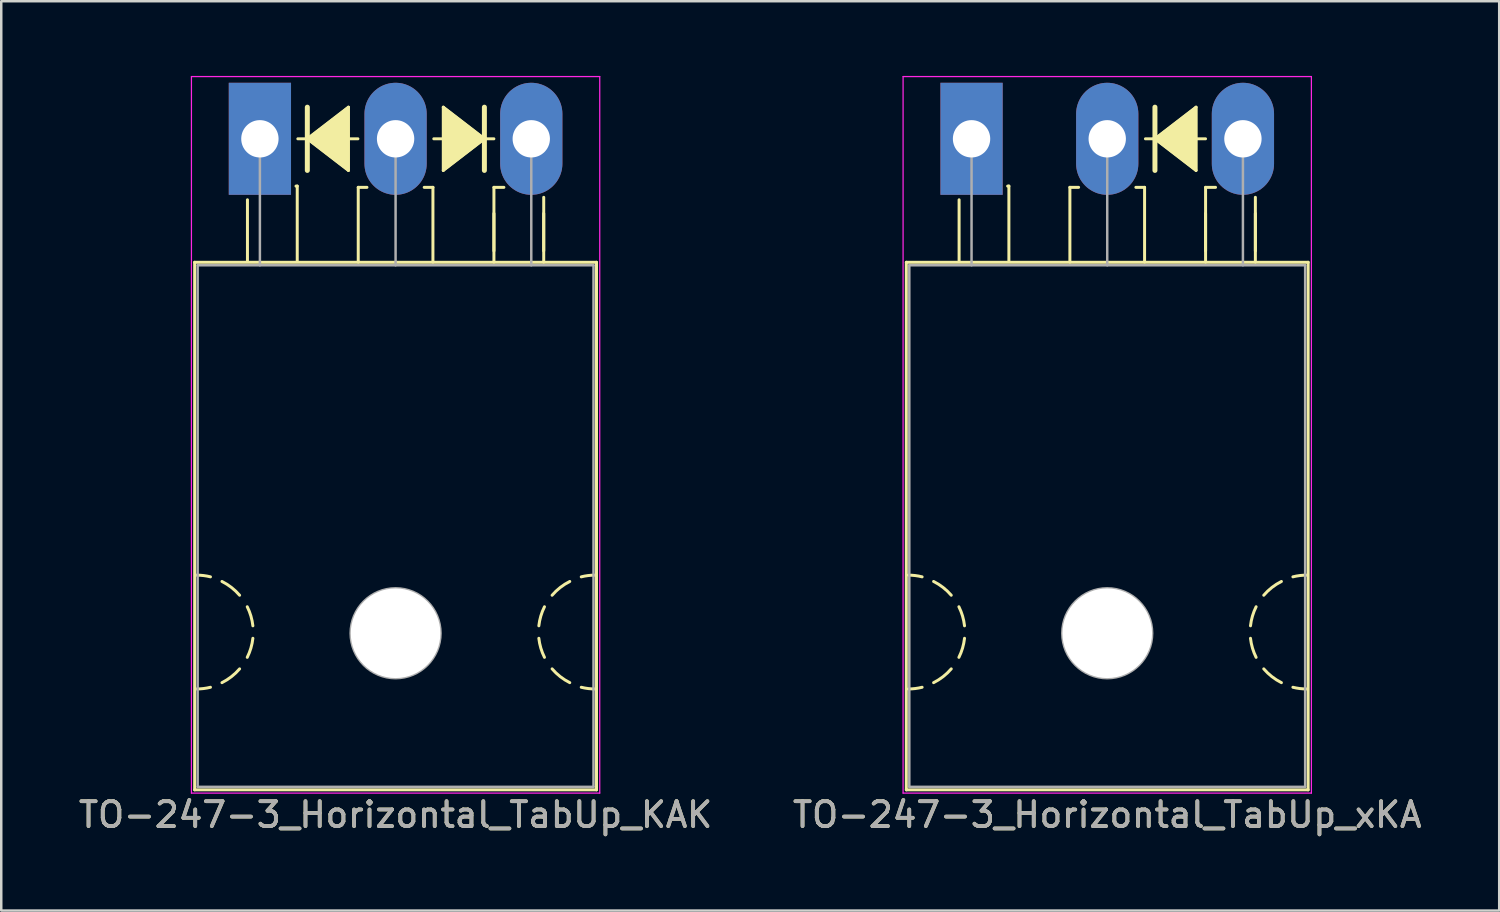
<source format=kicad_pcb>
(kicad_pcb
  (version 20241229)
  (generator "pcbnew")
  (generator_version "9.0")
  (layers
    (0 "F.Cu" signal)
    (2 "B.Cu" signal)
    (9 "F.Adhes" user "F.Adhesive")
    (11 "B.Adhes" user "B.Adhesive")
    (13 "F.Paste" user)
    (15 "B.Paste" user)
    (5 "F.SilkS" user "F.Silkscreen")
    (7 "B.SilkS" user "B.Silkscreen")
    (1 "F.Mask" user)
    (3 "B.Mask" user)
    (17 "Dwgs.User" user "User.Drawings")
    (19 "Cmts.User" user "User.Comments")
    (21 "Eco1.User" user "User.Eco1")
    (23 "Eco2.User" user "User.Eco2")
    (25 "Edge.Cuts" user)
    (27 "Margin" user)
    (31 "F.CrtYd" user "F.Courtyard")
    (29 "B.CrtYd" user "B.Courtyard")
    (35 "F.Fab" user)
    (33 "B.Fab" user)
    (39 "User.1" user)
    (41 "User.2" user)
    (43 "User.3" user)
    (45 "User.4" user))
  (footprint "TO-247-3_Horizontal_TabUp_xKA"
    (layer "F.Cu")
    (at 35.973 2.525)
    (property "Reference" "TO-247-3_Horizontal_TabUp_xKA" (at 5.45 27.15 0) (layer "F.SilkS") (effects (font (size 1 1) (thickness 0.15))))
    (fp_line (start -2.62 4.96) (end -2.62 26.15) (stroke (width 0.12) (type solid)) (layer "F.SilkS"))
    (fp_line (start -2.62 4.96) (end 13.52 4.96) (stroke (width 0.12) (type solid)) (layer "F.SilkS"))
    (fp_line (start -2.62 26.15) (end 13.52 26.15) (stroke (width 0.12) (type solid)) (layer "F.SilkS"))
    (fp_line (start -0.5 4.9) (end -0.5 2.45) (stroke (width 0.12) (type solid)) (layer "F.SilkS"))
    (fp_line (start 1.5 1.9) (end 1.45 1.9) (stroke (width 0.12) (type solid)) (layer "F.SilkS"))
    (fp_line (start 1.5 4.9) (end 1.5 1.9) (stroke (width 0.12) (type solid)) (layer "F.SilkS"))
    (fp_line (start 3.95 1.95) (end 4.3 1.95) (stroke (width 0.12) (type solid)) (layer "F.SilkS"))
    (fp_line (start 3.95 4.95) (end 3.95 1.95) (stroke (width 0.12) (type solid)) (layer "F.SilkS"))
    (fp_line (start 6.95 1.95) (end 6.6 1.95) (stroke (width 0.12) (type solid)) (layer "F.SilkS"))
    (fp_line (start 6.95 4.95) (end 6.95 1.95) (stroke (width 0.12) (type solid)) (layer "F.SilkS"))
    (fp_line (start 6.985 0) (end 7.366 0) (stroke (width 0.12) (type solid)) (layer "F.SilkS"))
    (fp_line (start 7.366 -1.27) (end 7.366 0) (stroke (width 0.2) (type solid)) (layer "F.SilkS"))
    (fp_line (start 7.366 0) (end 7.366 1.27) (stroke (width 0.2) (type solid)) (layer "F.SilkS"))
    (fp_line (start 7.366 0) (end 9.017 1.27) (stroke (width 0.12) (type solid)) (layer "F.SilkS"))
    (fp_line (start 9.017 -1.27) (end 7.366 0) (stroke (width 0.12) (type solid)) (layer "F.SilkS"))
    (fp_line (start 9.017 1.27) (end 9.017 -1.27) (stroke (width 0.12) (type solid)) (layer "F.SilkS"))
    (fp_line (start 9.398 0) (end 9.017 0) (stroke (width 0.12) (type solid)) (layer "F.SilkS"))
    (fp_line (start 9.4 1.95) (end 9.8 1.95) (stroke (width 0.12) (type solid)) (layer "F.SilkS"))
    (fp_line (start 9.4 4.5) (end 9.4 3) (stroke (width 0.12) (type solid)) (layer "F.SilkS"))
    (fp_line (start 9.4 4.95) (end 9.4 1.95) (stroke (width 0.12) (type solid)) (layer "F.SilkS"))
    (fp_line (start 11.4 4.5) (end 11.4 3) (stroke (width 0.12) (type solid)) (layer "F.SilkS"))
    (fp_line (start 11.4 4.95) (end 11.4 2.35) (stroke (width 0.12) (type solid)) (layer "F.SilkS"))
    (fp_line (start 13.52 4.96) (end 13.52 26.15) (stroke (width 0.12) (type solid)) (layer "F.SilkS"))
    (fp_arc (start -2.54 17.526) (mid -2.260689 17.543128) (end -1.985564 17.594254) (stroke (width 0.12) (type solid)) (layer "F.SilkS"))
    (fp_arc (start -1.985564 22.029746) (mid -2.260689 22.080872) (end -2.54 22.098) (stroke (width 0.12) (type solid)) (layer "F.SilkS"))
    (fp_arc (start -1.524001 17.780001) (mid -1.14188 18.02132) (end -0.815088 18.333504) (stroke (width 0.12) (type solid)) (layer "F.SilkS"))
    (fp_arc (start -0.815087 21.290497) (mid -1.141879 21.60268) (end -1.524 21.844) (stroke (width 0.12) (type solid)) (layer "F.SilkS"))
    (fp_arc (start -0.508001 18.796001) (mid -0.361178 19.168563) (end -0.282051 19.561117) (stroke (width 0.12) (type solid)) (layer "F.SilkS"))
    (fp_arc (start -0.282051 20.062883) (mid -0.361178 20.455437) (end -0.508001 20.827999) (stroke (width 0.12) (type solid)) (layer "F.SilkS"))
    (fp_arc (start 11.204051 19.561117) (mid 11.283178 19.168563) (end 11.430001 18.796001) (stroke (width 0.12) (type solid)) (layer "F.SilkS"))
    (fp_arc (start 11.430001 20.827999) (mid 11.283178 20.455437) (end 11.204051 20.062883) (stroke (width 0.12) (type solid)) (layer "F.SilkS"))
    (fp_arc (start 11.737087 18.333503) (mid 12.063879 18.02132) (end 12.446 17.78) (stroke (width 0.12) (type solid)) (layer "F.SilkS"))
    (fp_arc (start 12.446001 21.843999) (mid 12.06388 21.60268) (end 11.737088 21.290496) (stroke (width 0.12) (type solid)) (layer "F.SilkS"))
    (fp_arc (start 12.907564 17.594254) (mid 13.182689 17.543128) (end 13.462 17.526) (stroke (width 0.12) (type solid)) (layer "F.SilkS"))
    (fp_arc (start 13.462 22.098) (mid 13.182689 22.080872) (end 12.907564 22.029746) (stroke (width 0.12) (type solid)) (layer "F.SilkS"))
    (fp_poly (pts (xy 9.017 1.27) (xy 7.366 0) (xy 9.017 -1.27)) (stroke (width 0.1) (type solid)) (fill yes) (layer "F.SilkS"))
    (fp_line (start -2.75 -2.5) (end -2.75 26.28) (stroke (width 0.05) (type solid)) (layer "F.CrtYd"))
    (fp_line (start -2.75 26.28) (end 13.65 26.28) (stroke (width 0.05) (type solid)) (layer "F.CrtYd"))
    (fp_line (start 13.65 -2.5) (end -2.75 -2.5) (stroke (width 0.05) (type solid)) (layer "F.CrtYd"))
    (fp_line (start 13.65 26.28) (end 13.65 -2.5) (stroke (width 0.05) (type solid)) (layer "F.CrtYd"))
    (fp_line (start -2.5 5.08) (end -2.5 26.03) (stroke (width 0.1) (type solid)) (layer "F.Fab"))
    (fp_line (start -2.5 26.03) (end 13.4 26.03) (stroke (width 0.1) (type solid)) (layer "F.Fab"))
    (fp_line (start 0 5.08) (end 0 0) (stroke (width 0.1) (type solid)) (layer "F.Fab"))
    (fp_line (start 5.45 5.08) (end 5.45 0) (stroke (width 0.1) (type solid)) (layer "F.Fab"))
    (fp_line (start 10.9 5.08) (end 10.9 0) (stroke (width 0.1) (type solid)) (layer "F.Fab"))
    (fp_line (start 13.4 5.08) (end -2.5 5.08) (stroke (width 0.1) (type solid)) (layer "F.Fab"))
    (fp_line (start 13.4 26.03) (end 13.4 5.08) (stroke (width 0.1) (type solid)) (layer "F.Fab"))
    (fp_circle (center 5.45 19.86) (end 7.255 19.86) (stroke (width 0.1) (type solid)) (fill no) (layer "F.Fab"))
    (fp_text user "${REFERENCE}" (at 5.45 27.15 0) (layer "F.Fab") (effects (font (size 1 1) (thickness 0.15))))
    (pad "" np_thru_hole oval (at 5.45 19.86) (size 3.6 3.6) (drill 3.6) (layers "*.Cu" "*.Mask"))
    (pad "1" thru_hole rect (at 0 0) (size 2.5 4.5) (drill 1.5) (layers "*.Cu" "*.Mask"))
    (pad "2" thru_hole oval (at 5.45 0) (size 2.5 4.5) (drill 1.5) (layers "*.Cu" "*.Mask"))
    (pad "3" thru_hole oval (at 10.9 0) (size 2.5 4.5) (drill 1.5) (layers "*.Cu" "*.Mask")))
  (footprint "TO-247-3_Horizontal_TabUp_KAK"
    (layer "F.Cu")
    (at 7.389 2.525)
    (property "Reference" "TO-247-3_Horizontal_TabUp_KAK" (at 5.45 27.15 0) (layer "F.SilkS") (effects (font (size 1 1) (thickness 0.15))))
    (attr through_hole)
    (fp_line (start -2.62 4.96) (end -2.62 26.15) (stroke (width 0.12) (type solid)) (layer "F.SilkS"))
    (fp_line (start -2.62 4.96) (end 13.52 4.96) (stroke (width 0.12) (type solid)) (layer "F.SilkS"))
    (fp_line (start -2.62 26.15) (end 13.52 26.15) (stroke (width 0.12) (type solid)) (layer "F.SilkS"))
    (fp_line (start -0.5 4.9) (end -0.5 2.45) (stroke (width 0.12) (type solid)) (layer "F.SilkS"))
    (fp_line (start 1.5 1.9) (end 1.45 1.9) (stroke (width 0.12) (type solid)) (layer "F.SilkS"))
    (fp_line (start 1.5 4.9) (end 1.5 1.9) (stroke (width 0.12) (type solid)) (layer "F.SilkS"))
    (fp_line (start 1.524 0) (end 1.905 0) (stroke (width 0.12) (type solid)) (layer "F.SilkS"))
    (fp_line (start 1.905 -1.27) (end 1.905 0) (stroke (width 0.2) (type solid)) (layer "F.SilkS"))
    (fp_line (start 1.905 0) (end 1.905 1.27) (stroke (width 0.2) (type solid)) (layer "F.SilkS"))
    (fp_line (start 1.905 0) (end 3.556 1.27) (stroke (width 0.12) (type solid)) (layer "F.SilkS"))
    (fp_line (start 3.556 -1.27) (end 1.905 0) (stroke (width 0.12) (type solid)) (layer "F.SilkS"))
    (fp_line (start 3.556 1.27) (end 3.556 -1.27) (stroke (width 0.12) (type solid)) (layer "F.SilkS"))
    (fp_line (start 3.937 0) (end 3.556 0) (stroke (width 0.12) (type solid)) (layer "F.SilkS"))
    (fp_line (start 3.95 1.95) (end 4.3 1.95) (stroke (width 0.12) (type solid)) (layer "F.SilkS"))
    (fp_line (start 3.95 4.95) (end 3.95 1.95) (stroke (width 0.12) (type solid)) (layer "F.SilkS"))
    (fp_line (start 6.95 1.95) (end 6.6 1.95) (stroke (width 0.12) (type solid)) (layer "F.SilkS"))
    (fp_line (start 6.95 4.95) (end 6.95 1.95) (stroke (width 0.12) (type solid)) (layer "F.SilkS"))
    (fp_line (start 6.985 0) (end 7.366 0) (stroke (width 0.12) (type solid)) (layer "F.SilkS"))
    (fp_line (start 7.366 -1.27) (end 7.366 1.27) (stroke (width 0.12) (type solid)) (layer "F.SilkS"))
    (fp_line (start 7.366 1.27) (end 9.017 0) (stroke (width 0.12) (type solid)) (layer "F.SilkS"))
    (fp_line (start 9.017 0) (end 7.366 -1.27) (stroke (width 0.12) (type solid)) (layer "F.SilkS"))
    (fp_line (start 9.017 0) (end 9.017 -1.27) (stroke (width 0.2) (type solid)) (layer "F.SilkS"))
    (fp_line (start 9.017 1.27) (end 9.017 0) (stroke (width 0.2) (type solid)) (layer "F.SilkS"))
    (fp_line (start 9.398 0) (end 9.017 0) (stroke (width 0.12) (type solid)) (layer "F.SilkS"))
    (fp_line (start 9.4 1.95) (end 9.8 1.95) (stroke (width 0.12) (type solid)) (layer "F.SilkS"))
    (fp_line (start 9.4 4.5) (end 9.4 3) (stroke (width 0.12) (type solid)) (layer "F.SilkS"))
    (fp_line (start 9.4 4.95) (end 9.4 1.95) (stroke (width 0.12) (type solid)) (layer "F.SilkS"))
    (fp_line (start 11.4 4.5) (end 11.4 3) (stroke (width 0.12) (type solid)) (layer "F.SilkS"))
    (fp_line (start 11.4 4.95) (end 11.4 2.35) (stroke (width 0.12) (type solid)) (layer "F.SilkS"))
    (fp_line (start 13.52 4.96) (end 13.52 26.15) (stroke (width 0.12) (type solid)) (layer "F.SilkS"))
    (fp_arc (start -2.54 17.526) (mid -2.260689 17.543128) (end -1.985564 17.594254) (stroke (width 0.12) (type solid)) (layer "F.SilkS"))
    (fp_arc (start -1.985564 22.029746) (mid -2.260689 22.080872) (end -2.54 22.098) (stroke (width 0.12) (type solid)) (layer "F.SilkS"))
    (fp_arc (start -1.524001 17.780001) (mid -1.14188 18.02132) (end -0.815088 18.333504) (stroke (width 0.12) (type solid)) (layer "F.SilkS"))
    (fp_arc (start -0.815087 21.290497) (mid -1.141879 21.60268) (end -1.524 21.844) (stroke (width 0.12) (type solid)) (layer "F.SilkS"))
    (fp_arc (start -0.508001 18.796001) (mid -0.361178 19.168563) (end -0.282051 19.561117) (stroke (width 0.12) (type solid)) (layer "F.SilkS"))
    (fp_arc (start -0.282051 20.062883) (mid -0.361178 20.455437) (end -0.508001 20.827999) (stroke (width 0.12) (type solid)) (layer "F.SilkS"))
    (fp_arc (start 11.204051 19.561117) (mid 11.283178 19.168563) (end 11.430001 18.796001) (stroke (width 0.12) (type solid)) (layer "F.SilkS"))
    (fp_arc (start 11.430001 20.827999) (mid 11.283178 20.455437) (end 11.204051 20.062883) (stroke (width 0.12) (type solid)) (layer "F.SilkS"))
    (fp_arc (start 11.737087 18.333503) (mid 12.063879 18.02132) (end 12.446 17.78) (stroke (width 0.12) (type solid)) (layer "F.SilkS"))
    (fp_arc (start 12.446001 21.843999) (mid 12.06388 21.60268) (end 11.737088 21.290496) (stroke (width 0.12) (type solid)) (layer "F.SilkS"))
    (fp_arc (start 12.907564 17.594254) (mid 13.182689 17.543128) (end 13.462 17.526) (stroke (width 0.12) (type solid)) (layer "F.SilkS"))
    (fp_arc (start 13.462 22.098) (mid 13.182689 22.080872) (end 12.907564 22.029746) (stroke (width 0.12) (type solid)) (layer "F.SilkS"))
    (fp_poly (pts (xy 3.556 1.27) (xy 1.905 0) (xy 3.556 -1.27)) (stroke (width 0.1) (type solid)) (fill yes) (layer "F.SilkS"))
    (fp_poly (pts (xy 9.017 0) (xy 7.366 1.27) (xy 7.366 -1.27)) (stroke (width 0.1) (type solid)) (fill yes) (layer "F.SilkS"))
    (fp_line (start -2.75 -2.5) (end -2.75 26.28) (stroke (width 0.05) (type solid)) (layer "F.CrtYd"))
    (fp_line (start -2.75 26.28) (end 13.65 26.28) (stroke (width 0.05) (type solid)) (layer "F.CrtYd"))
    (fp_line (start 13.65 -2.5) (end -2.75 -2.5) (stroke (width 0.05) (type solid)) (layer "F.CrtYd"))
    (fp_line (start 13.65 26.28) (end 13.65 -2.5) (stroke (width 0.05) (type solid)) (layer "F.CrtYd"))
    (fp_line (start -2.5 5.08) (end -2.5 26.03) (stroke (width 0.1) (type solid)) (layer "F.Fab"))
    (fp_line (start -2.5 26.03) (end 13.4 26.03) (stroke (width 0.1) (type solid)) (layer "F.Fab"))
    (fp_line (start 0 5.08) (end 0 0) (stroke (width 0.1) (type solid)) (layer "F.Fab"))
    (fp_line (start 5.45 5.08) (end 5.45 0) (stroke (width 0.1) (type solid)) (layer "F.Fab"))
    (fp_line (start 10.9 5.08) (end 10.9 0) (stroke (width 0.1) (type solid)) (layer "F.Fab"))
    (fp_line (start 13.4 5.08) (end -2.5 5.08) (stroke (width 0.1) (type solid)) (layer "F.Fab"))
    (fp_line (start 13.4 26.03) (end 13.4 5.08) (stroke (width 0.1) (type solid)) (layer "F.Fab"))
    (fp_circle (center 5.45 19.86) (end 7.255 19.86) (stroke (width 0.1) (type solid)) (fill no) (layer "F.Fab"))
    (fp_text user "${REFERENCE}" (at 5.45 27.15 0) (layer "F.Fab") (effects (font (size 1 1) (thickness 0.15))))
    (pad "" np_thru_hole oval (at 5.45 19.86) (size 3.6 3.6) (drill 3.6) (layers "*.Cu" "*.Mask"))
    (pad "1" thru_hole rect (at 0 0) (size 2.5 4.5) (drill 1.5) (layers "*.Cu" "*.Mask"))
    (pad "2" thru_hole oval (at 5.45 0) (size 2.5 4.5) (drill 1.5) (layers "*.Cu" "*.Mask"))
    (pad "3" thru_hole oval (at 10.9 0) (size 2.5 4.5) (drill 1.5) (layers "*.Cu" "*.Mask")))
  (gr_rect
    (start -3 -3)
    (end 57.167 33.523)
    (stroke (width 0.1) (type default))
    (fill no)
    (layer "Edge.Cuts")))
</source>
